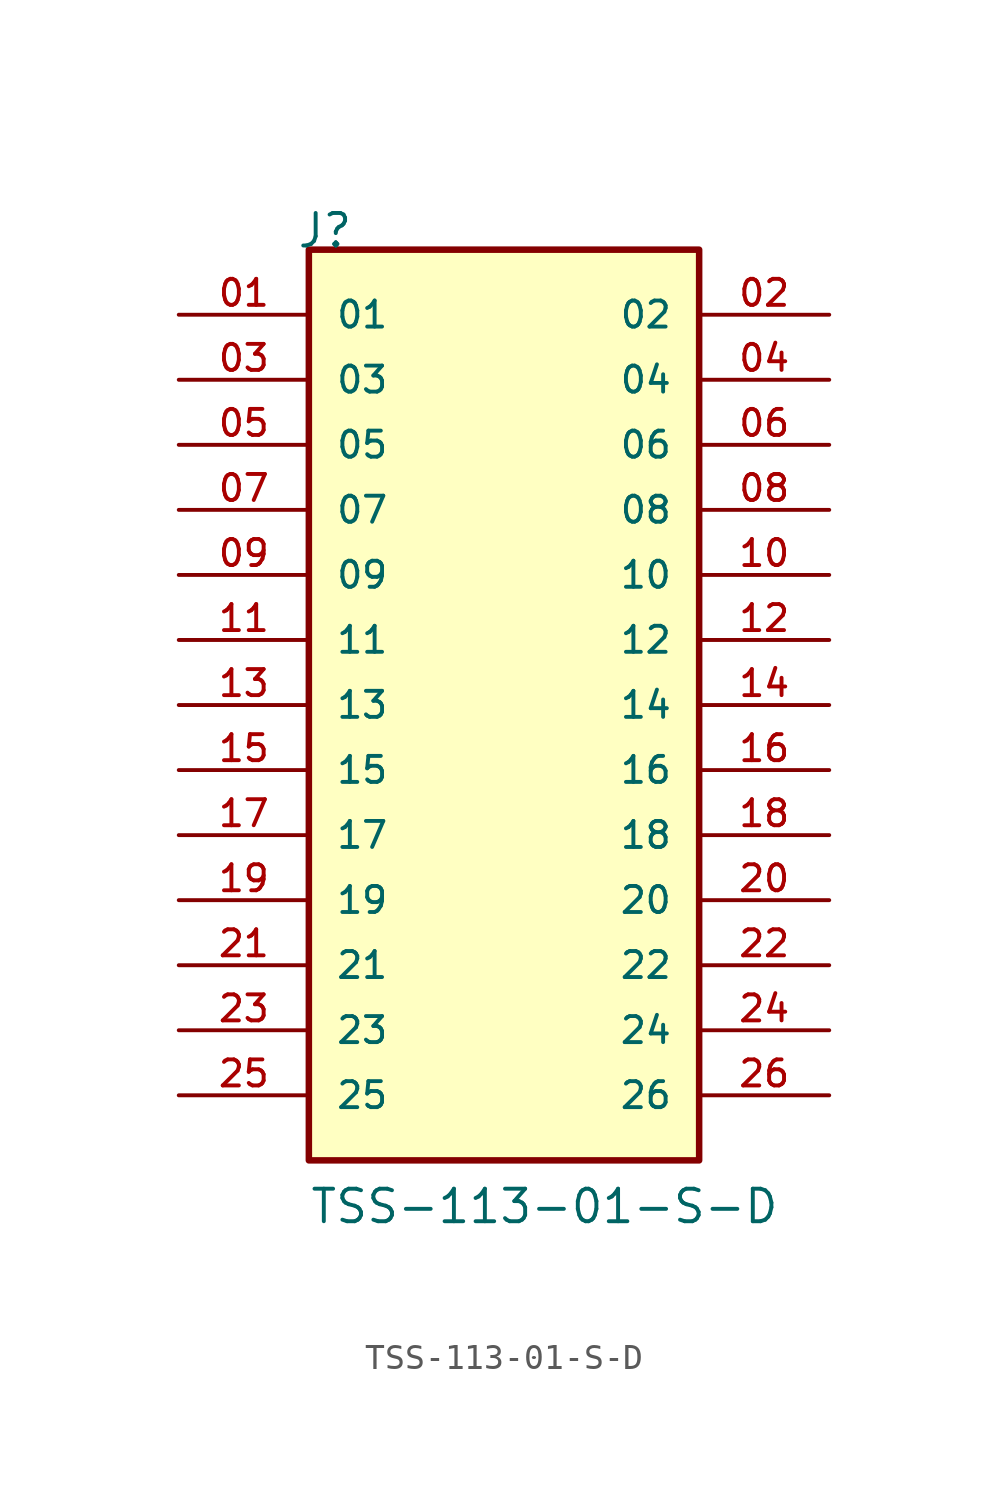
<source format=kicad_sym>
(kicad_symbol_lib
  (version 20211014)
  (generator kicad_symbol_editor)
  (symbol "TSS-113-01-S-D"
    (pin_names
      (offset 1.016))
    (property "Reference" "J"
      (at -8.12 17.78 0)
      (effects (font (size 1.27 1.27)) (justify bottom left)))
    (property "Value" "TSS-113-01-S-D"
      (at -7.62 -20.32 0)
      (effects (font (size 1.27 1.27)) (justify bottom left)))
    (symbol "TSS-113-01-S-D_0_0"
      (rectangle (start -7.62 -17.78) (end 7.62 17.78) (stroke (width 0.254)) (fill (type background)))
      (pin passive line (at -12.7 15.24 0) (length 5.08) (name "01" (effects (font (size 1.016 1.016)))) (number "01" (effects (font (size 1.016 1.016)))))
      (pin passive line (at 12.7 15.24 180.0) (length 5.08) (name "02" (effects (font (size 1.016 1.016)))) (number "02" (effects (font (size 1.016 1.016)))))
      (pin passive line (at -12.7 12.7 0) (length 5.08) (name "03" (effects (font (size 1.016 1.016)))) (number "03" (effects (font (size 1.016 1.016)))))
      (pin passive line (at 12.7 12.7 180.0) (length 5.08) (name "04" (effects (font (size 1.016 1.016)))) (number "04" (effects (font (size 1.016 1.016)))))
      (pin passive line (at -12.7 10.16 0) (length 5.08) (name "05" (effects (font (size 1.016 1.016)))) (number "05" (effects (font (size 1.016 1.016)))))
      (pin passive line (at 12.7 10.16 180.0) (length 5.08) (name "06" (effects (font (size 1.016 1.016)))) (number "06" (effects (font (size 1.016 1.016)))))
      (pin passive line (at -12.7 7.62 0) (length 5.08) (name "07" (effects (font (size 1.016 1.016)))) (number "07" (effects (font (size 1.016 1.016)))))
      (pin passive line (at 12.7 7.62 180.0) (length 5.08) (name "08" (effects (font (size 1.016 1.016)))) (number "08" (effects (font (size 1.016 1.016)))))
      (pin passive line (at -12.7 5.08 0) (length 5.08) (name "09" (effects (font (size 1.016 1.016)))) (number "09" (effects (font (size 1.016 1.016)))))
      (pin passive line (at 12.7 5.08 180.0) (length 5.08) (name "10" (effects (font (size 1.016 1.016)))) (number "10" (effects (font (size 1.016 1.016)))))
      (pin passive line (at -12.7 2.54 0) (length 5.08) (name "11" (effects (font (size 1.016 1.016)))) (number "11" (effects (font (size 1.016 1.016)))))
      (pin passive line (at 12.7 2.54 180.0) (length 5.08) (name "12" (effects (font (size 1.016 1.016)))) (number "12" (effects (font (size 1.016 1.016)))))
      (pin passive line (at -12.7 0.0 0) (length 5.08) (name "13" (effects (font (size 1.016 1.016)))) (number "13" (effects (font (size 1.016 1.016)))))
      (pin passive line (at 12.7 0.0 180.0) (length 5.08) (name "14" (effects (font (size 1.016 1.016)))) (number "14" (effects (font (size 1.016 1.016)))))
      (pin passive line (at -12.7 -2.54 0) (length 5.08) (name "15" (effects (font (size 1.016 1.016)))) (number "15" (effects (font (size 1.016 1.016)))))
      (pin passive line (at 12.7 -2.54 180.0) (length 5.08) (name "16" (effects (font (size 1.016 1.016)))) (number "16" (effects (font (size 1.016 1.016)))))
      (pin passive line (at -12.7 -5.08 0) (length 5.08) (name "17" (effects (font (size 1.016 1.016)))) (number "17" (effects (font (size 1.016 1.016)))))
      (pin passive line (at 12.7 -5.08 180.0) (length 5.08) (name "18" (effects (font (size 1.016 1.016)))) (number "18" (effects (font (size 1.016 1.016)))))
      (pin passive line (at -12.7 -7.62 0) (length 5.08) (name "19" (effects (font (size 1.016 1.016)))) (number "19" (effects (font (size 1.016 1.016)))))
      (pin passive line (at 12.7 -7.62 180.0) (length 5.08) (name "20" (effects (font (size 1.016 1.016)))) (number "20" (effects (font (size 1.016 1.016)))))
      (pin passive line (at -12.7 -10.16 0) (length 5.08) (name "21" (effects (font (size 1.016 1.016)))) (number "21" (effects (font (size 1.016 1.016)))))
      (pin passive line (at 12.7 -10.16 180.0) (length 5.08) (name "22" (effects (font (size 1.016 1.016)))) (number "22" (effects (font (size 1.016 1.016)))))
      (pin passive line (at -12.7 -12.7 0) (length 5.08) (name "23" (effects (font (size 1.016 1.016)))) (number "23" (effects (font (size 1.016 1.016)))))
      (pin passive line (at 12.7 -12.7 180.0) (length 5.08) (name "24" (effects (font (size 1.016 1.016)))) (number "24" (effects (font (size 1.016 1.016)))))
      (pin passive line (at -12.7 -15.24 0) (length 5.08) (name "25" (effects (font (size 1.016 1.016)))) (number "25" (effects (font (size 1.016 1.016)))))
      (pin passive line (at 12.7 -15.24 180.0) (length 5.08) (name "26" (effects (font (size 1.016 1.016)))) (number "26" (effects (font (size 1.016 1.016))))))))
</source>
